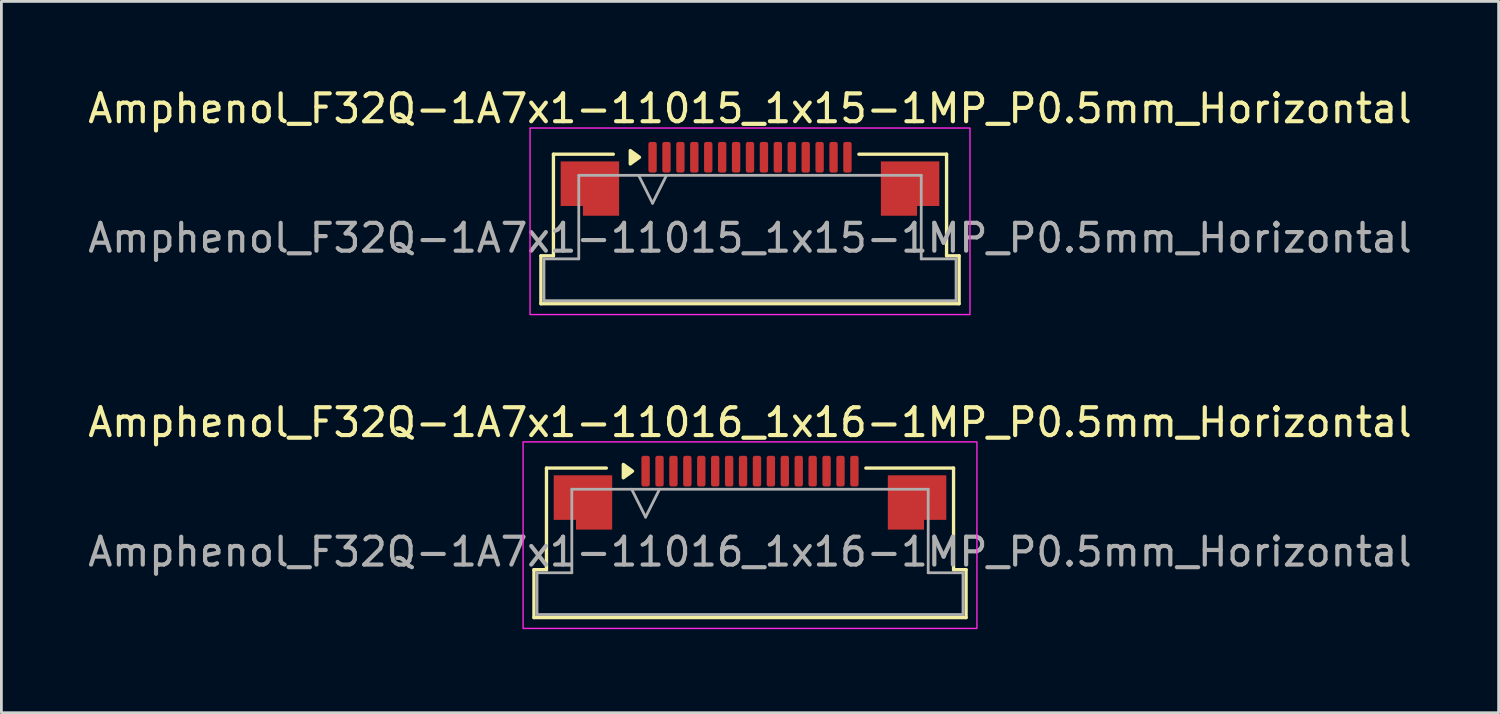
<source format=kicad_pcb>
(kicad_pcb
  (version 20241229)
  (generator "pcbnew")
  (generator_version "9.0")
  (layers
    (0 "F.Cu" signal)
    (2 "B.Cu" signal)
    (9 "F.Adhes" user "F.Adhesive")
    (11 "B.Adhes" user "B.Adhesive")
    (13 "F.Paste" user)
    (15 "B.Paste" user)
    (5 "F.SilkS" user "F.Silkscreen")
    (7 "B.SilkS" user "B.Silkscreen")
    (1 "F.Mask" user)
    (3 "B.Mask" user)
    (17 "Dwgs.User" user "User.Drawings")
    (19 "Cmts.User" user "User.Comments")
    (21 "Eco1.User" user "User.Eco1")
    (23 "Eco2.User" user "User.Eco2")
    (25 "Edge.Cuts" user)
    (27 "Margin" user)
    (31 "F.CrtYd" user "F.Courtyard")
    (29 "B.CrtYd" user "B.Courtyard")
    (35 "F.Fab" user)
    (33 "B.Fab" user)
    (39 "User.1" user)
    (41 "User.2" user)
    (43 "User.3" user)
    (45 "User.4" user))
  (footprint "Amphenol_F32Q-1A7x1-11016_1x16-1MP_P0.5mm_Horizontal"
    (layer "F.Cu")
    (at 23.887 16.771)
    (property "Reference" "Amphenol_F32Q-1A7x1-11016_1x16-1MP_P0.5mm_Horizontal" (at 0 -4.65 0) (layer "F.SilkS") (effects (font (size 1 1) (thickness 0.15))))
    (attr smd)
    (fp_line (start -7.76 0.64) (end -7.31 0.64) (stroke (width 0.12) (type solid)) (layer "F.SilkS"))
    (fp_line (start -7.76 2.36) (end -7.76 0.64) (stroke (width 0.12) (type solid)) (layer "F.SilkS"))
    (fp_line (start -7.31 -3.01) (end -5.16 -3.01) (stroke (width 0.12) (type solid)) (layer "F.SilkS"))
    (fp_line (start -7.31 0.64) (end -7.31 -3.01) (stroke (width 0.12) (type solid)) (layer "F.SilkS"))
    (fp_line (start 4.16 -3.01) (end 7.31 -3.01) (stroke (width 0.12) (type solid)) (layer "F.SilkS"))
    (fp_line (start 7.31 -3.01) (end 7.31 0.64) (stroke (width 0.12) (type solid)) (layer "F.SilkS"))
    (fp_line (start 7.31 0.64) (end 7.76 0.64) (stroke (width 0.12) (type solid)) (layer "F.SilkS"))
    (fp_line (start 7.76 0.64) (end 7.76 2.36) (stroke (width 0.12) (type solid)) (layer "F.SilkS"))
    (fp_line (start 7.76 2.36) (end -7.76 2.36) (stroke (width 0.12) (type solid)) (layer "F.SilkS"))
    (fp_poly (pts (xy -4.22 -2.9) (xy -4.55 -2.66) (xy -4.55 -3.14)) (stroke (width 0.12) (type solid)) (fill yes) (layer "F.SilkS"))
    (fp_rect (start -8.15 -3.95) (end 8.15 2.75) (stroke (width 0.05) (type solid)) (fill no) (layer "F.CrtYd"))
    (fp_line (start -7.65 0.75) (end -6.4 0.75) (stroke (width 0.1) (type solid)) (layer "F.Fab"))
    (fp_line (start -7.65 2.25) (end -7.65 0.75) (stroke (width 0.1) (type solid)) (layer "F.Fab"))
    (fp_line (start -6.4 -2.25) (end 6.4 -2.25) (stroke (width 0.1) (type solid)) (layer "F.Fab"))
    (fp_line (start -6.4 0.75) (end -6.4 -2.25) (stroke (width 0.1) (type solid)) (layer "F.Fab"))
    (fp_line (start -4.25 -2.25) (end -3.75 -1.25) (stroke (width 0.1) (type solid)) (layer "F.Fab"))
    (fp_line (start -3.75 -1.25) (end -3.25 -2.25) (stroke (width 0.1) (type solid)) (layer "F.Fab"))
    (fp_line (start 6.4 -2.25) (end 6.4 0.75) (stroke (width 0.1) (type solid)) (layer "F.Fab"))
    (fp_line (start 6.4 0.75) (end 7.65 0.75) (stroke (width 0.1) (type solid)) (layer "F.Fab"))
    (fp_line (start 7.65 0.75) (end 7.65 2.25) (stroke (width 0.1) (type solid)) (layer "F.Fab"))
    (fp_line (start 7.65 2.25) (end -7.65 2.25) (stroke (width 0.1) (type solid)) (layer "F.Fab"))
    (fp_text user "${REFERENCE}" (at 0 0 0) (layer "F.Fab") (effects (font (size 1 1) (thickness 0.15))))
    (pad "1" smd roundrect (at -3.75 -2.9) (size 0.3 1.1) (layers "F.Cu" "F.Mask" "F.Paste") (roundrect_rratio 0.25))
    (pad "2" smd roundrect (at -3.25 -2.9) (size 0.3 1.1) (layers "F.Cu" "F.Mask" "F.Paste") (roundrect_rratio 0.25))
    (pad "3" smd roundrect (at -2.75 -2.9) (size 0.3 1.1) (layers "F.Cu" "F.Mask" "F.Paste") (roundrect_rratio 0.25))
    (pad "4" smd roundrect (at -2.25 -2.9) (size 0.3 1.1) (layers "F.Cu" "F.Mask" "F.Paste") (roundrect_rratio 0.25))
    (pad "5" smd roundrect (at -1.75 -2.9) (size 0.3 1.1) (layers "F.Cu" "F.Mask" "F.Paste") (roundrect_rratio 0.25))
    (pad "6" smd roundrect (at -1.25 -2.9) (size 0.3 1.1) (layers "F.Cu" "F.Mask" "F.Paste") (roundrect_rratio 0.25))
    (pad "7" smd roundrect (at -0.75 -2.9) (size 0.3 1.1) (layers "F.Cu" "F.Mask" "F.Paste") (roundrect_rratio 0.25))
    (pad "8" smd roundrect (at -0.25 -2.9) (size 0.3 1.1) (layers "F.Cu" "F.Mask" "F.Paste") (roundrect_rratio 0.25))
    (pad "9" smd roundrect (at 0.25 -2.9) (size 0.3 1.1) (layers "F.Cu" "F.Mask" "F.Paste") (roundrect_rratio 0.25))
    (pad "10" smd roundrect (at 0.75 -2.9) (size 0.3 1.1) (layers "F.Cu" "F.Mask" "F.Paste") (roundrect_rratio 0.25))
    (pad "11" smd roundrect (at 1.25 -2.9) (size 0.3 1.1) (layers "F.Cu" "F.Mask" "F.Paste") (roundrect_rratio 0.25))
    (pad "12" smd roundrect (at 1.75 -2.9) (size 0.3 1.1) (layers "F.Cu" "F.Mask" "F.Paste") (roundrect_rratio 0.25))
    (pad "13" smd roundrect (at 2.25 -2.9) (size 0.3 1.1) (layers "F.Cu" "F.Mask" "F.Paste") (roundrect_rratio 0.25))
    (pad "14" smd roundrect (at 2.75 -2.9) (size 0.3 1.1) (layers "F.Cu" "F.Mask" "F.Paste") (roundrect_rratio 0.25))
    (pad "15" smd roundrect (at 3.25 -2.9) (size 0.3 1.1) (layers "F.Cu" "F.Mask" "F.Paste") (roundrect_rratio 0.25))
    (pad "16" smd roundrect (at 3.75 -2.9) (size 0.3 1.1) (layers "F.Cu" "F.Mask" "F.Paste") (roundrect_rratio 0.25))
    (pad "MP" smd custom (at -6 -1.775) (size 1 1) (layers "F.Cu" "F.Mask" "F.Paste") (options (anchor circle)) (primitives (gr_poly (pts (xy 1.05 -0.975) (xy 1.05 0.975) (xy -0.25 0.975) (xy -0.25 0.625) (xy -1.05 0.625) (xy -1.05 -0.975)) (width 0) (fill yes))))
    (pad "MP" smd custom (at 6 -1.775) (size 1 1) (layers "F.Cu" "F.Mask" "F.Paste") (options (anchor circle)) (primitives (gr_poly (pts (xy -1.05 -0.975) (xy -1.05 0.975) (xy 0.25 0.975) (xy 0.25 0.625) (xy 1.05 0.625) (xy 1.05 -0.975)) (width 0) (fill yes)))))
  (footprint "Amphenol_F32Q-1A7x1-11015_1x15-1MP_P0.5mm_Horizontal"
    (layer "F.Cu")
    (at 23.887 5.498)
    (property "Reference" "Amphenol_F32Q-1A7x1-11015_1x15-1MP_P0.5mm_Horizontal" (at 0 -4.65 0) (layer "F.SilkS") (effects (font (size 1 1) (thickness 0.15))))
    (attr smd)
    (fp_line (start -7.51 0.64) (end -7.06 0.64) (stroke (width 0.12) (type solid)) (layer "F.SilkS"))
    (fp_line (start -7.51 2.36) (end -7.51 0.64) (stroke (width 0.12) (type solid)) (layer "F.SilkS"))
    (fp_line (start -7.06 -3.01) (end -4.91 -3.01) (stroke (width 0.12) (type solid)) (layer "F.SilkS"))
    (fp_line (start -7.06 0.64) (end -7.06 -3.01) (stroke (width 0.12) (type solid)) (layer "F.SilkS"))
    (fp_line (start 3.91 -3.01) (end 7.06 -3.01) (stroke (width 0.12) (type solid)) (layer "F.SilkS"))
    (fp_line (start 7.06 -3.01) (end 7.06 0.64) (stroke (width 0.12) (type solid)) (layer "F.SilkS"))
    (fp_line (start 7.06 0.64) (end 7.51 0.64) (stroke (width 0.12) (type solid)) (layer "F.SilkS"))
    (fp_line (start 7.51 0.64) (end 7.51 2.36) (stroke (width 0.12) (type solid)) (layer "F.SilkS"))
    (fp_line (start 7.51 2.36) (end -7.51 2.36) (stroke (width 0.12) (type solid)) (layer "F.SilkS"))
    (fp_poly (pts (xy -3.97 -2.9) (xy -4.3 -2.66) (xy -4.3 -3.14)) (stroke (width 0.12) (type solid)) (fill yes) (layer "F.SilkS"))
    (fp_rect (start -7.9 -3.95) (end 7.9 2.75) (stroke (width 0.05) (type solid)) (fill no) (layer "F.CrtYd"))
    (fp_line (start -7.4 0.75) (end -6.15 0.75) (stroke (width 0.1) (type solid)) (layer "F.Fab"))
    (fp_line (start -7.4 2.25) (end -7.4 0.75) (stroke (width 0.1) (type solid)) (layer "F.Fab"))
    (fp_line (start -6.15 -2.25) (end 6.15 -2.25) (stroke (width 0.1) (type solid)) (layer "F.Fab"))
    (fp_line (start -6.15 0.75) (end -6.15 -2.25) (stroke (width 0.1) (type solid)) (layer "F.Fab"))
    (fp_line (start -4 -2.25) (end -3.5 -1.25) (stroke (width 0.1) (type solid)) (layer "F.Fab"))
    (fp_line (start -3.5 -1.25) (end -3 -2.25) (stroke (width 0.1) (type solid)) (layer "F.Fab"))
    (fp_line (start 6.15 -2.25) (end 6.15 0.75) (stroke (width 0.1) (type solid)) (layer "F.Fab"))
    (fp_line (start 6.15 0.75) (end 7.4 0.75) (stroke (width 0.1) (type solid)) (layer "F.Fab"))
    (fp_line (start 7.4 0.75) (end 7.4 2.25) (stroke (width 0.1) (type solid)) (layer "F.Fab"))
    (fp_line (start 7.4 2.25) (end -7.4 2.25) (stroke (width 0.1) (type solid)) (layer "F.Fab"))
    (fp_text user "${REFERENCE}" (at 0 0 0) (layer "F.Fab") (effects (font (size 1 1) (thickness 0.15))))
    (pad "1" smd roundrect (at -3.5 -2.9) (size 0.3 1.1) (layers "F.Cu" "F.Mask" "F.Paste") (roundrect_rratio 0.25))
    (pad "2" smd roundrect (at -3 -2.9) (size 0.3 1.1) (layers "F.Cu" "F.Mask" "F.Paste") (roundrect_rratio 0.25))
    (pad "3" smd roundrect (at -2.5 -2.9) (size 0.3 1.1) (layers "F.Cu" "F.Mask" "F.Paste") (roundrect_rratio 0.25))
    (pad "4" smd roundrect (at -2 -2.9) (size 0.3 1.1) (layers "F.Cu" "F.Mask" "F.Paste") (roundrect_rratio 0.25))
    (pad "5" smd roundrect (at -1.5 -2.9) (size 0.3 1.1) (layers "F.Cu" "F.Mask" "F.Paste") (roundrect_rratio 0.25))
    (pad "6" smd roundrect (at -1 -2.9) (size 0.3 1.1) (layers "F.Cu" "F.Mask" "F.Paste") (roundrect_rratio 0.25))
    (pad "7" smd roundrect (at -0.5 -2.9) (size 0.3 1.1) (layers "F.Cu" "F.Mask" "F.Paste") (roundrect_rratio 0.25))
    (pad "8" smd roundrect (at 0 -2.9) (size 0.3 1.1) (layers "F.Cu" "F.Mask" "F.Paste") (roundrect_rratio 0.25))
    (pad "9" smd roundrect (at 0.5 -2.9) (size 0.3 1.1) (layers "F.Cu" "F.Mask" "F.Paste") (roundrect_rratio 0.25))
    (pad "10" smd roundrect (at 1 -2.9) (size 0.3 1.1) (layers "F.Cu" "F.Mask" "F.Paste") (roundrect_rratio 0.25))
    (pad "11" smd roundrect (at 1.5 -2.9) (size 0.3 1.1) (layers "F.Cu" "F.Mask" "F.Paste") (roundrect_rratio 0.25))
    (pad "12" smd roundrect (at 2 -2.9) (size 0.3 1.1) (layers "F.Cu" "F.Mask" "F.Paste") (roundrect_rratio 0.25))
    (pad "13" smd roundrect (at 2.5 -2.9) (size 0.3 1.1) (layers "F.Cu" "F.Mask" "F.Paste") (roundrect_rratio 0.25))
    (pad "14" smd roundrect (at 3 -2.9) (size 0.3 1.1) (layers "F.Cu" "F.Mask" "F.Paste") (roundrect_rratio 0.25))
    (pad "15" smd roundrect (at 3.5 -2.9) (size 0.3 1.1) (layers "F.Cu" "F.Mask" "F.Paste") (roundrect_rratio 0.25))
    (pad "MP" smd custom (at -5.75 -1.775) (size 1 1) (layers "F.Cu" "F.Mask" "F.Paste") (options (anchor circle)) (primitives (gr_poly (pts (xy 1.05 -0.975) (xy 1.05 0.975) (xy -0.25 0.975) (xy -0.25 0.625) (xy -1.05 0.625) (xy -1.05 -0.975)) (width 0) (fill yes))))
    (pad "MP" smd custom (at 5.75 -1.775) (size 1 1) (layers "F.Cu" "F.Mask" "F.Paste") (options (anchor circle)) (primitives (gr_poly (pts (xy -1.05 -0.975) (xy -1.05 0.975) (xy 0.25 0.975) (xy 0.25 0.625) (xy 1.05 0.625) (xy 1.05 -0.975)) (width 0) (fill yes)))))
  (gr_rect
    (start -3 -3)
    (end 50.774 22.547)
    (stroke (width 0.1) (type default))
    (fill no)
    (layer "Edge.Cuts")))
</source>
